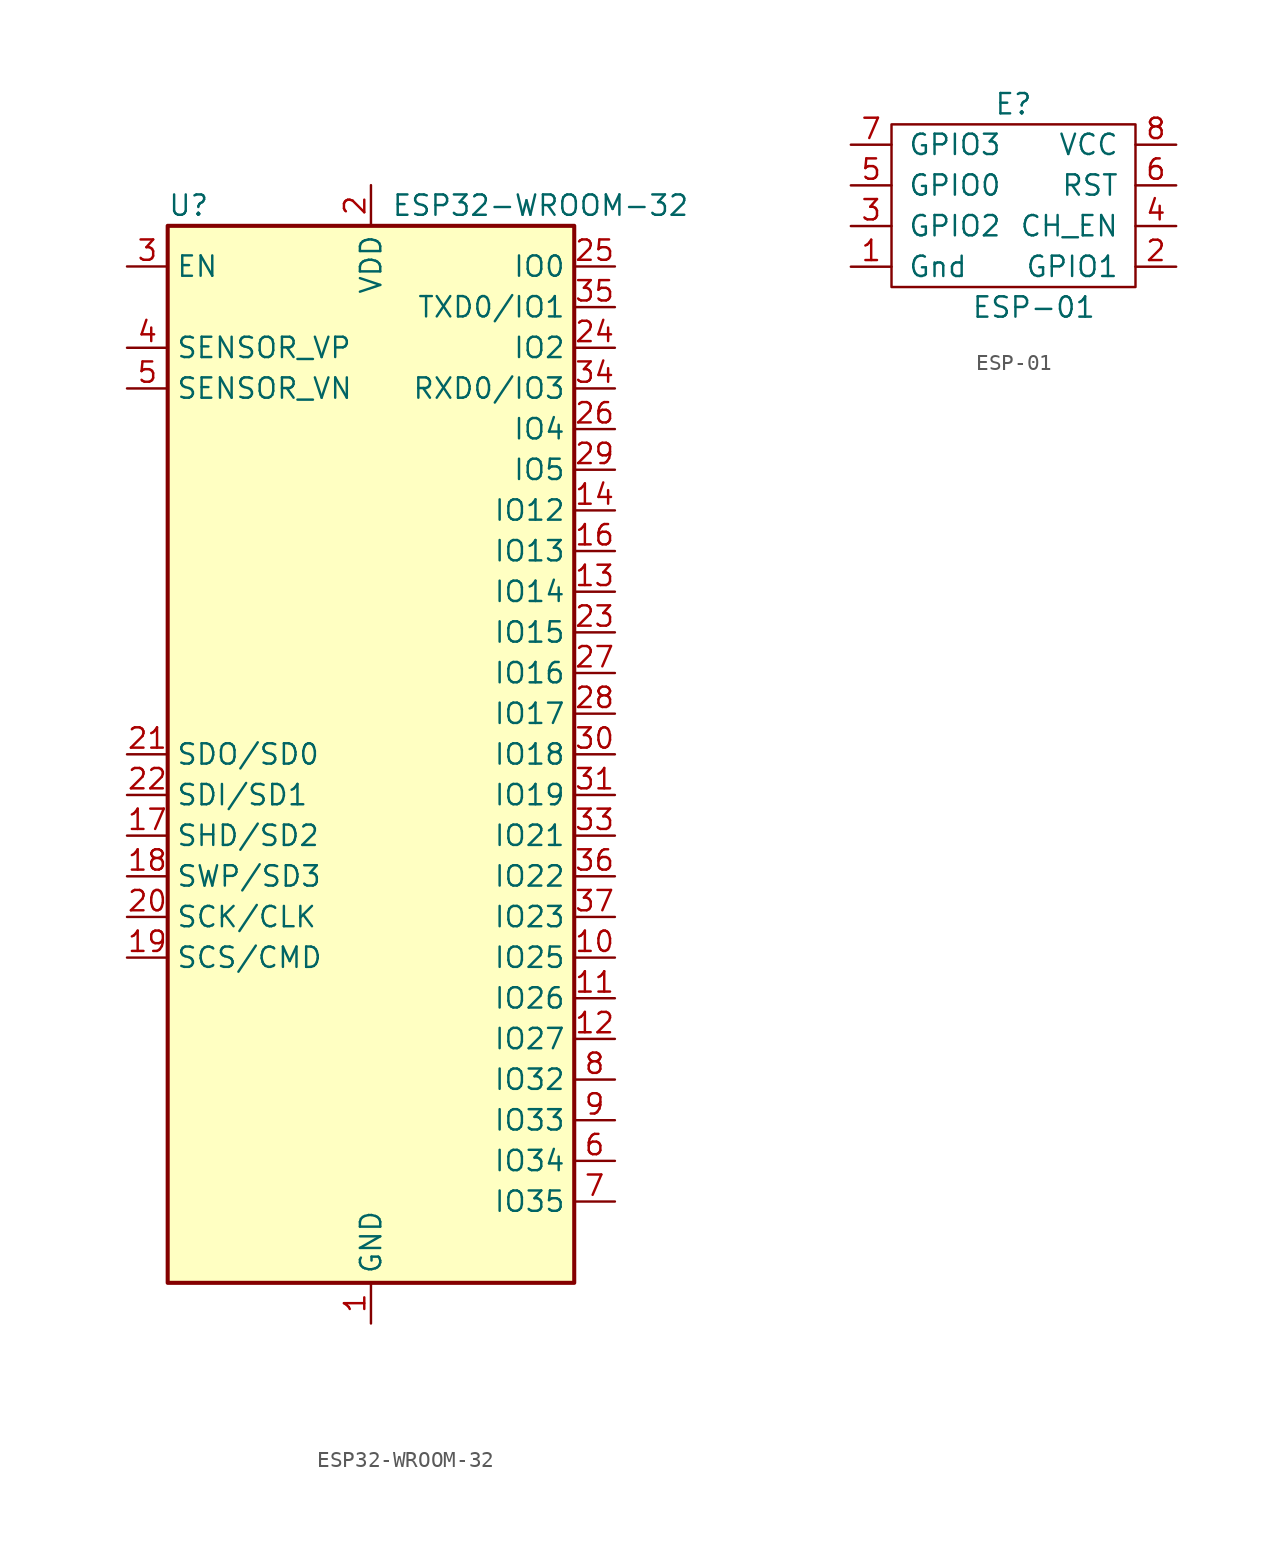
<source format=kicad_sym>
(kicad_symbol_lib
  (version 20211014)
  (generator kicad_symbol_editor)
  (symbol "ESP32-WROOM-32"
    (property "Reference" "U"
      (at -12.7 34.29 0)
      (effects (font (size 1.27 1.27)) (justify left)))
    (property "Value" "ESP32-WROOM-32"
      (at 1.27 34.29 0)
      (effects (font (size 1.27 1.27)) (justify left)))
    (symbol "ESP32-WROOM-32_0_1"
      (rectangle (start -12.7 33.02) (end 12.7 -33.02) (stroke (width 0.254) (type default) (color 0 0 0 0)) (fill (type background))))
    (symbol "ESP32-WROOM-32_1_1"
      (pin power_in line (at 0 -35.56 90) (length 2.54) (name "GND" (effects (font (size 1.27 1.27)))) (number "1" (effects (font (size 1.27 1.27)))))
      (pin bidirectional line (at 15.24 -12.7 180) (length 2.54) (name "IO25" (effects (font (size 1.27 1.27)))) (number "10" (effects (font (size 1.27 1.27)))))
      (pin bidirectional line (at 15.24 -15.24 180) (length 2.54) (name "IO26" (effects (font (size 1.27 1.27)))) (number "11" (effects (font (size 1.27 1.27)))))
      (pin bidirectional line (at 15.24 -17.78 180) (length 2.54) (name "IO27" (effects (font (size 1.27 1.27)))) (number "12" (effects (font (size 1.27 1.27)))))
      (pin bidirectional line (at 15.24 10.16 180) (length 2.54) (name "IO14" (effects (font (size 1.27 1.27)))) (number "13" (effects (font (size 1.27 1.27)))))
      (pin bidirectional line (at 15.24 15.24 180) (length 2.54) (name "IO12" (effects (font (size 1.27 1.27)))) (number "14" (effects (font (size 1.27 1.27)))))
      (pin passive line (at 0 -35.56 90) (length 2.54) hide (name "GND" (effects (font (size 1.27 1.27)))) (number "15" (effects (font (size 1.27 1.27)))))
      (pin bidirectional line (at 15.24 12.7 180) (length 2.54) (name "IO13" (effects (font (size 1.27 1.27)))) (number "16" (effects (font (size 1.27 1.27)))))
      (pin bidirectional line (at -15.24 -5.08 0) (length 2.54) (name "SHD/SD2" (effects (font (size 1.27 1.27)))) (number "17" (effects (font (size 1.27 1.27)))))
      (pin bidirectional line (at -15.24 -7.62 0) (length 2.54) (name "SWP/SD3" (effects (font (size 1.27 1.27)))) (number "18" (effects (font (size 1.27 1.27)))))
      (pin bidirectional line (at -15.24 -12.7 0) (length 2.54) (name "SCS/CMD" (effects (font (size 1.27 1.27)))) (number "19" (effects (font (size 1.27 1.27)))))
      (pin power_in line (at 0 35.56 270) (length 2.54) (name "VDD" (effects (font (size 1.27 1.27)))) (number "2" (effects (font (size 1.27 1.27)))))
      (pin bidirectional line (at -15.24 -10.16 0) (length 2.54) (name "SCK/CLK" (effects (font (size 1.27 1.27)))) (number "20" (effects (font (size 1.27 1.27)))))
      (pin bidirectional line (at -15.24 0 0) (length 2.54) (name "SDO/SD0" (effects (font (size 1.27 1.27)))) (number "21" (effects (font (size 1.27 1.27)))))
      (pin bidirectional line (at -15.24 -2.54 0) (length 2.54) (name "SDI/SD1" (effects (font (size 1.27 1.27)))) (number "22" (effects (font (size 1.27 1.27)))))
      (pin bidirectional line (at 15.24 7.62 180) (length 2.54) (name "IO15" (effects (font (size 1.27 1.27)))) (number "23" (effects (font (size 1.27 1.27)))))
      (pin bidirectional line (at 15.24 25.4 180) (length 2.54) (name "IO2" (effects (font (size 1.27 1.27)))) (number "24" (effects (font (size 1.27 1.27)))))
      (pin bidirectional line (at 15.24 30.48 180) (length 2.54) (name "IO0" (effects (font (size 1.27 1.27)))) (number "25" (effects (font (size 1.27 1.27)))))
      (pin bidirectional line (at 15.24 20.32 180) (length 2.54) (name "IO4" (effects (font (size 1.27 1.27)))) (number "26" (effects (font (size 1.27 1.27)))))
      (pin bidirectional line (at 15.24 5.08 180) (length 2.54) (name "IO16" (effects (font (size 1.27 1.27)))) (number "27" (effects (font (size 1.27 1.27)))))
      (pin bidirectional line (at 15.24 2.54 180) (length 2.54) (name "IO17" (effects (font (size 1.27 1.27)))) (number "28" (effects (font (size 1.27 1.27)))))
      (pin bidirectional line (at 15.24 17.78 180) (length 2.54) (name "IO5" (effects (font (size 1.27 1.27)))) (number "29" (effects (font (size 1.27 1.27)))))
      (pin input line (at -15.24 30.48 0) (length 2.54) (name "EN" (effects (font (size 1.27 1.27)))) (number "3" (effects (font (size 1.27 1.27)))))
      (pin bidirectional line (at 15.24 0 180) (length 2.54) (name "IO18" (effects (font (size 1.27 1.27)))) (number "30" (effects (font (size 1.27 1.27)))))
      (pin bidirectional line (at 15.24 -2.54 180) (length 2.54) (name "IO19" (effects (font (size 1.27 1.27)))) (number "31" (effects (font (size 1.27 1.27)))))
      (pin no_connect line (at -12.7 -27.94 0) (length 2.54) hide (name "NC" (effects (font (size 1.27 1.27)))) (number "32" (effects (font (size 1.27 1.27)))))
      (pin bidirectional line (at 15.24 -5.08 180) (length 2.54) (name "IO21" (effects (font (size 1.27 1.27)))) (number "33" (effects (font (size 1.27 1.27)))))
      (pin bidirectional line (at 15.24 22.86 180) (length 2.54) (name "RXD0/IO3" (effects (font (size 1.27 1.27)))) (number "34" (effects (font (size 1.27 1.27)))))
      (pin bidirectional line (at 15.24 27.94 180) (length 2.54) (name "TXD0/IO1" (effects (font (size 1.27 1.27)))) (number "35" (effects (font (size 1.27 1.27)))))
      (pin bidirectional line (at 15.24 -7.62 180) (length 2.54) (name "IO22" (effects (font (size 1.27 1.27)))) (number "36" (effects (font (size 1.27 1.27)))))
      (pin bidirectional line (at 15.24 -10.16 180) (length 2.54) (name "IO23" (effects (font (size 1.27 1.27)))) (number "37" (effects (font (size 1.27 1.27)))))
      (pin passive line (at 0 -35.56 90) (length 2.54) hide (name "GND" (effects (font (size 1.27 1.27)))) (number "38" (effects (font (size 1.27 1.27)))))
      (pin passive line (at 0 -35.56 90) (length 2.54) hide (name "GND" (effects (font (size 1.27 1.27)))) (number "39" (effects (font (size 1.27 1.27)))))
      (pin input line (at -15.24 25.4 0) (length 2.54) (name "SENSOR_VP" (effects (font (size 1.27 1.27)))) (number "4" (effects (font (size 1.27 1.27)))))
      (pin input line (at -15.24 22.86 0) (length 2.54) (name "SENSOR_VN" (effects (font (size 1.27 1.27)))) (number "5" (effects (font (size 1.27 1.27)))))
      (pin input line (at 15.24 -25.4 180) (length 2.54) (name "IO34" (effects (font (size 1.27 1.27)))) (number "6" (effects (font (size 1.27 1.27)))))
      (pin input line (at 15.24 -27.94 180) (length 2.54) (name "IO35" (effects (font (size 1.27 1.27)))) (number "7" (effects (font (size 1.27 1.27)))))
      (pin bidirectional line (at 15.24 -20.32 180) (length 2.54) (name "IO32" (effects (font (size 1.27 1.27)))) (number "8" (effects (font (size 1.27 1.27)))))
      (pin bidirectional line (at 15.24 -22.86 180) (length 2.54) (name "IO33" (effects (font (size 1.27 1.27)))) (number "9" (effects (font (size 1.27 1.27)))))))
  (symbol "ESP-01"
    (pin_names
      (offset 1.016))
    (property "Reference" "E"
      (at 0 8.89 0)
      (effects (font (size 1.27 1.27))))
    (property "Value" "ESP-01"
      (at 1.27 -3.81 0)
      (effects (font (size 1.27 1.27))))
    (symbol "ESP-01_0_1"
      (polyline (pts (xy -7.62 7.62) (xy -7.62 -2.54) (xy 7.62 -2.54) (xy 7.62 7.62) (xy -7.62 7.62)) (stroke (width 0) (type default) (color 0 0 0 0)) (fill (type none))))
    (symbol "ESP-01_1_1"
      (pin input line (at -10.16 -1.27 0) (length 2.54) (name "Gnd" (effects (font (size 1.27 1.27)))) (number "1" (effects (font (size 1.27 1.27)))))
      (pin input line (at 10.16 -1.27 180) (length 2.54) (name "GPIO1" (effects (font (size 1.27 1.27)))) (number "2" (effects (font (size 1.27 1.27)))))
      (pin input line (at -10.16 1.27 0) (length 2.54) (name "GPIO2" (effects (font (size 1.27 1.27)))) (number "3" (effects (font (size 1.27 1.27)))))
      (pin input line (at 10.16 1.27 180) (length 2.54) (name "CH_EN" (effects (font (size 1.27 1.27)))) (number "4" (effects (font (size 1.27 1.27)))))
      (pin input line (at -10.16 3.81 0) (length 2.54) (name "GPIO0" (effects (font (size 1.27 1.27)))) (number "5" (effects (font (size 1.27 1.27)))))
      (pin input line (at 10.16 3.81 180) (length 2.54) (name "RST" (effects (font (size 1.27 1.27)))) (number "6" (effects (font (size 1.27 1.27)))))
      (pin input line (at -10.16 6.35 0) (length 2.54) (name "GPIO3" (effects (font (size 1.27 1.27)))) (number "7" (effects (font (size 1.27 1.27)))))
      (pin input line (at 10.16 6.35 180) (length 2.54) (name "VCC" (effects (font (size 1.27 1.27)))) (number "8" (effects (font (size 1.27 1.27))))))))
</source>
